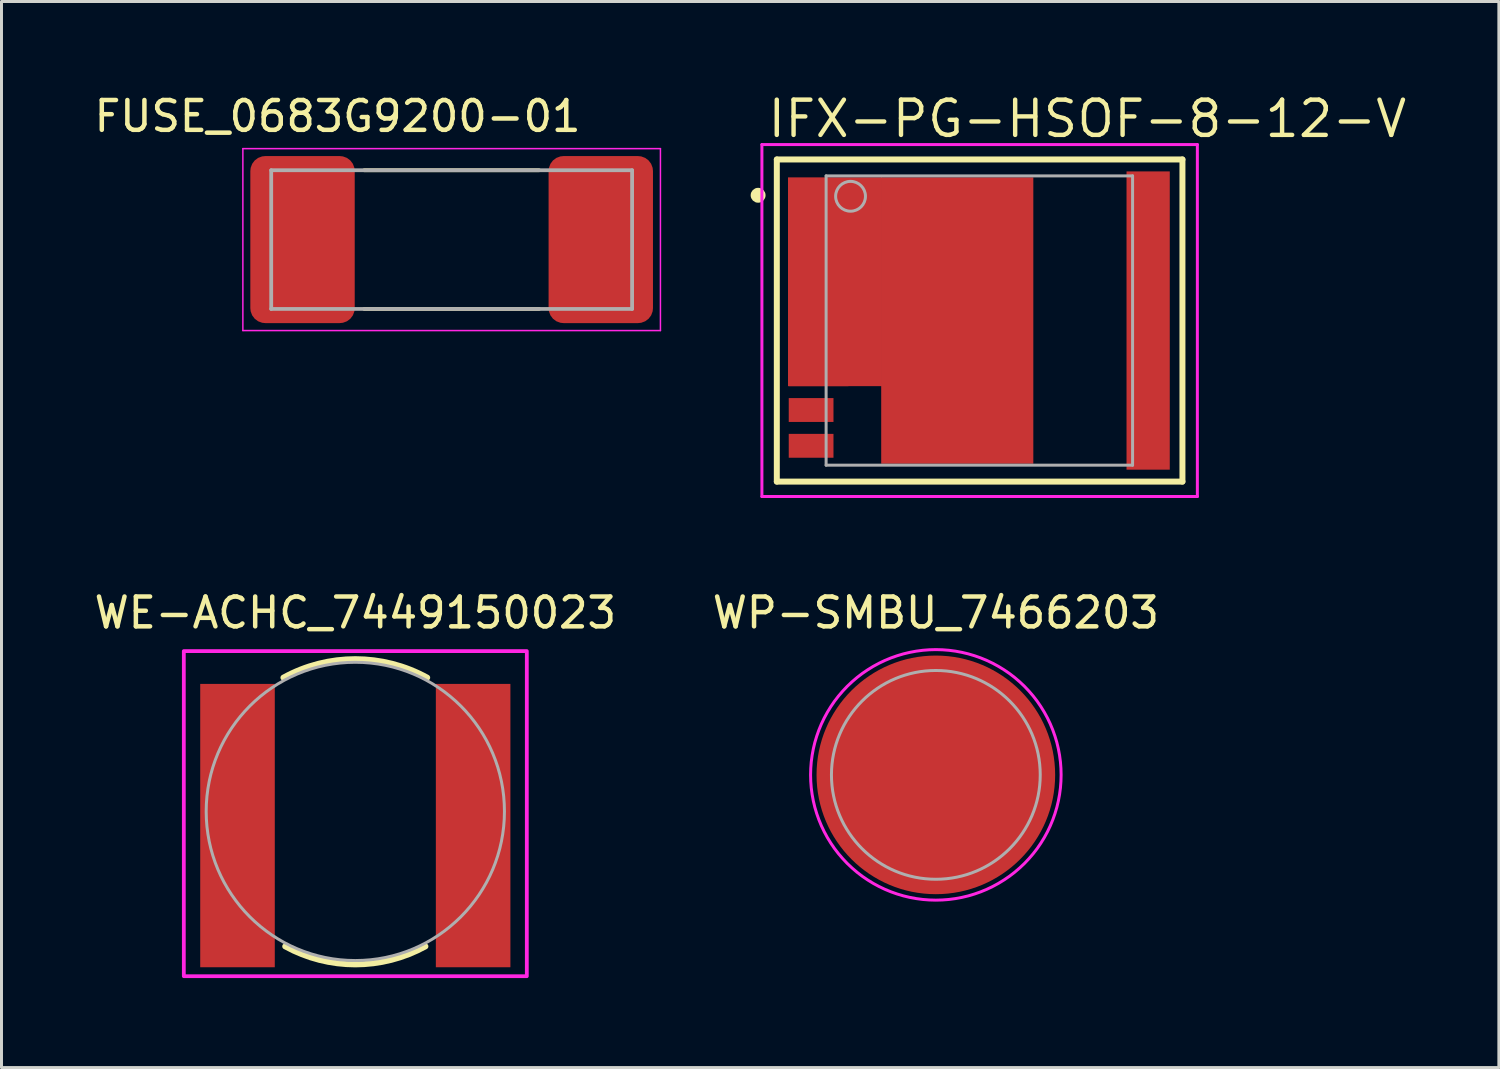
<source format=kicad_pcb>
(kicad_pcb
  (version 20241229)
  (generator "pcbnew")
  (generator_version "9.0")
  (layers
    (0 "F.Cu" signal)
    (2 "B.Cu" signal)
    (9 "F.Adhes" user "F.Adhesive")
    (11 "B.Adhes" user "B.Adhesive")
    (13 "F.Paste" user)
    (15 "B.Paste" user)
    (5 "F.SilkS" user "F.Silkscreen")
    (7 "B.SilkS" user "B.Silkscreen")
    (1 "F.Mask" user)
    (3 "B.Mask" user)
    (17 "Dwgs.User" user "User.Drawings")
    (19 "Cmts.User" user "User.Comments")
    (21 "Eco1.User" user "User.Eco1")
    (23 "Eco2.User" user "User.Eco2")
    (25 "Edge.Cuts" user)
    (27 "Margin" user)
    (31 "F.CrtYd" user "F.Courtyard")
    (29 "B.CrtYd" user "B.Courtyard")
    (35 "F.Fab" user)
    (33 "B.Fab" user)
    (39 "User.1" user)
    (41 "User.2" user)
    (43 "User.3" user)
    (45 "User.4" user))
  (footprint "FUSE_0683G9200-01"
    (layer "F.Cu")
    (at 12.093 4.983)
    (property "Reference" "FUSE_0683G9200-01" (at -3.825 -4.135 0) (layer "F.SilkS") (effects (font (size 1 1) (thickness 0.15))))
    (attr smd)
    (fp_line (start -2.93 -2.325) (end 2.93 -2.325) (stroke (width 0.127) (type solid)) (layer "F.SilkS"))
    (fp_line (start -2.93 2.325) (end 2.93 2.325) (stroke (width 0.127) (type solid)) (layer "F.SilkS"))
    (fp_line (start -7 -3.05) (end -7 3.05) (stroke (width 0.05) (type solid)) (layer "F.CrtYd"))
    (fp_line (start -7 3.05) (end 7 3.05) (stroke (width 0.05) (type solid)) (layer "F.CrtYd"))
    (fp_line (start 7 -3.05) (end -7 -3.05) (stroke (width 0.05) (type solid)) (layer "F.CrtYd"))
    (fp_line (start 7 3.05) (end 7 -3.05) (stroke (width 0.05) (type solid)) (layer "F.CrtYd"))
    (fp_line (start -6.05 -2.325) (end 6.05 -2.325) (stroke (width 0.127) (type solid)) (layer "F.Fab"))
    (fp_line (start -6.05 2.325) (end -6.05 -2.325) (stroke (width 0.127) (type solid)) (layer "F.Fab"))
    (fp_line (start 6.05 -2.325) (end 6.05 2.325) (stroke (width 0.127) (type solid)) (layer "F.Fab"))
    (fp_line (start 6.05 2.325) (end -6.05 2.325) (stroke (width 0.127) (type solid)) (layer "F.Fab"))
    (pad "1" smd roundrect (at -5 0) (size 3.5 5.6) (layers "F.Cu" "F.Mask" "F.Paste") (roundrect_rratio 0.143))
    (pad "2" smd roundrect (at 5 0) (size 3.5 5.6) (layers "F.Cu" "F.Mask" "F.Paste") (roundrect_rratio 0.143)))
  (footprint "WE-ACHC_7449150023"
    (layer "F.Cu")
    (at 8.863 24.63)
    (property "Reference" "WE-ACHC_7449150023" (at 0 -7.135 0) (layer "F.SilkS") (effects (font (size 1 1) (thickness 0.15))))
    (attr smd)
    (fp_arc (start -2.41 -4.96) (mid 0 -5.579249) (end 2.41 -4.96) (stroke (width 0.2) (type solid)) (layer "F.SilkS"))
    (fp_arc (start 2.35 4.05) (mid 0 4.653832) (end -2.35 4.05) (stroke (width 0.2) (type solid)) (layer "F.SilkS"))
    (fp_poly (pts (xy -5.75 -5.85) (xy 5.75 -5.85) (xy 5.75 5.05) (xy -5.75 5.05)) (stroke (width 0.127) (type solid)) (fill no) (layer "F.CrtYd"))
    (fp_circle (center 0 -0.475) (end 5 -0.475) (stroke (width 0.1) (type solid)) (fill no) (layer "F.Fab"))
    (pad "1" smd rect (at -3.95 0) (size 2.5 9.5) (layers "F.Cu" "F.Mask" "F.Paste"))
    (pad "2" smd rect (at 3.95 0) (size 2.5 9.5) (layers "F.Cu" "F.Mask" "F.Paste")))
  (footprint "IFX-PG-HSOF-8-12-V"
    (layer "F.Cu")
    (at 29.795 7.697)
    (property "Reference" "IFX-PG-HSOF-8-12-V" (at -7.18 -6.072 0) (unlocked yes) (layer "F.SilkS") (effects (font (size 1.182 1.182) (thickness 0.148)) (justify left bottom)))
    (attr smd)
    (fp_poly (pts (xy 1.8 4.8) (xy -3.25 4.8) (xy -3.25 2.2) (xy -6.4 2.2) (xy -6.4 -4.8) (xy 1.8 -4.8)) (stroke (width 0) (type default)) (fill yes) (layer "F.Mask"))
    (fp_line (start -6.8 -5.4) (end 6.8 -5.4) (stroke (width 0.2) (type solid)) (layer "F.SilkS"))
    (fp_line (start -6.8 5.4) (end -6.8 -5.4) (stroke (width 0.2) (type solid)) (layer "F.SilkS"))
    (fp_line (start -6.8 5.4) (end 6.8 5.4) (stroke (width 0.2) (type solid)) (layer "F.SilkS"))
    (fp_line (start 6.8 5.4) (end 6.8 -5.4) (stroke (width 0.2) (type solid)) (layer "F.SilkS"))
    (fp_circle (center -7.427 -4.2) (end -7.302 -4.2) (stroke (width 0.25) (type solid)) (fill no) (layer "F.SilkS"))
    (fp_poly (pts (xy -6.35 3.35) (xy -4.95 3.35) (xy -4.95 2.65) (xy -6.35 2.65)) (stroke (width 0) (type default)) (fill yes) (layer "F.Paste"))
    (fp_poly (pts (xy -6.35 4.55) (xy -4.95 4.55) (xy -4.95 3.85) (xy -6.35 3.85)) (stroke (width 0) (type default)) (fill yes) (layer "F.Paste"))
    (fp_poly (pts (xy -4.55 -3.85) (xy -6.35 -3.85) (xy -6.35 -4.55) (xy -4.55 -4.55)) (stroke (width 0) (type default)) (fill yes) (layer "F.Paste"))
    (fp_poly (pts (xy -4.55 -2.65) (xy -6.35 -2.65) (xy -6.35 -3.35) (xy -4.55 -3.35)) (stroke (width 0) (type default)) (fill yes) (layer "F.Paste"))
    (fp_poly (pts (xy -4.55 -1.45) (xy -6.35 -1.45) (xy -6.35 -2.15) (xy -4.55 -2.15)) (stroke (width 0) (type default)) (fill yes) (layer "F.Paste"))
    (fp_poly (pts (xy -4.55 -0.25) (xy -6.35 -0.25) (xy -6.35 -0.95) (xy -4.55 -0.95)) (stroke (width 0) (type default)) (fill yes) (layer "F.Paste"))
    (fp_poly (pts (xy -4.55 0.95) (xy -6.35 0.95) (xy -6.35 0.25) (xy -4.55 0.25)) (stroke (width 0) (type default)) (fill yes) (layer "F.Paste"))
    (fp_poly (pts (xy -4.55 2.15) (xy -6.35 2.15) (xy -6.35 1.45) (xy -4.55 1.45)) (stroke (width 0) (type default)) (fill yes) (layer "F.Paste"))
    (fp_poly (pts (xy -3.15 -0.2) (xy -3.95 -0.2) (xy -3.95 -4.3) (xy -3.15 -4.3)) (stroke (width 0) (type default)) (fill yes) (layer "F.Paste"))
    (fp_poly (pts (xy -3.15 2.1) (xy -3.95 2.1) (xy -3.95 0.2) (xy -3.15 0.2)) (stroke (width 0) (type default)) (fill yes) (layer "F.Paste"))
    (fp_poly (pts (xy -1.95 -0.2) (xy -2.75 -0.2) (xy -2.75 -4.3) (xy -1.95 -4.3)) (stroke (width 0) (type default)) (fill yes) (layer "F.Paste"))
    (fp_poly (pts (xy -1.95 4.3) (xy -2.75 4.3) (xy -2.75 0.2) (xy -1.95 0.2)) (stroke (width 0) (type default)) (fill yes) (layer "F.Paste"))
    (fp_poly (pts (xy -0.75 -0.2) (xy -1.55 -0.2) (xy -1.55 -4.3) (xy -0.75 -4.3)) (stroke (width 0) (type default)) (fill yes) (layer "F.Paste"))
    (fp_poly (pts (xy -0.75 4.3) (xy -1.55 4.3) (xy -1.55 0.2) (xy -0.75 0.2)) (stroke (width 0) (type default)) (fill yes) (layer "F.Paste"))
    (fp_poly (pts (xy 0.45 -0.2) (xy -0.35 -0.2) (xy -0.35 -4.7) (xy 0.45 -4.7)) (stroke (width 0) (type default)) (fill yes) (layer "F.Paste"))
    (fp_poly (pts (xy 0.45 4.7) (xy -0.35 4.7) (xy -0.35 0.2) (xy 0.45 0.2)) (stroke (width 0) (type default)) (fill yes) (layer "F.Paste"))
    (fp_poly (pts (xy 1.65 -0.2) (xy 0.85 -0.2) (xy 0.85 -4.7) (xy 1.65 -4.7)) (stroke (width 0) (type default)) (fill yes) (layer "F.Paste"))
    (fp_poly (pts (xy 1.65 4.7) (xy 0.85 4.7) (xy 0.85 0.2) (xy 1.65 0.2)) (stroke (width 0) (type default)) (fill yes) (layer "F.Paste"))
    (fp_poly (pts (xy 6.325 -3.25) (xy 4.975 -3.25) (xy 4.975 -4.75) (xy 6.325 -4.75)) (stroke (width 0) (type default)) (fill yes) (layer "F.Paste"))
    (fp_poly (pts (xy 6.325 -1.25) (xy 4.975 -1.25) (xy 4.975 -2.75) (xy 6.325 -2.75)) (stroke (width 0) (type default)) (fill yes) (layer "F.Paste"))
    (fp_poly (pts (xy 6.325 0.75) (xy 4.975 0.75) (xy 4.975 -0.75) (xy 6.325 -0.75)) (stroke (width 0) (type default)) (fill yes) (layer "F.Paste"))
    (fp_poly (pts (xy 6.325 2.75) (xy 4.975 2.75) (xy 4.975 1.25) (xy 6.325 1.25)) (stroke (width 0) (type default)) (fill yes) (layer "F.Paste"))
    (fp_poly (pts (xy 6.325 4.75) (xy 4.975 4.75) (xy 4.975 3.25) (xy 6.325 3.25)) (stroke (width 0) (type default)) (fill yes) (layer "F.Paste"))
    (fp_line (start -7.3 -5.9) (end 7.3 -5.9) (stroke (width 0.1) (type solid)) (layer "F.CrtYd"))
    (fp_line (start -7.3 5.9) (end -7.3 -5.9) (stroke (width 0.1) (type solid)) (layer "F.CrtYd"))
    (fp_line (start -7.3 5.9) (end 7.3 5.9) (stroke (width 0.1) (type solid)) (layer "F.CrtYd"))
    (fp_line (start 7.3 5.9) (end 7.3 -5.9) (stroke (width 0.1) (type solid)) (layer "F.CrtYd"))
    (fp_line (start -5.147 -4.85) (end 5.128 -4.85) (stroke (width 0.1) (type solid)) (layer "F.Fab"))
    (fp_line (start -5.147 4.85) (end -5.147 -4.85) (stroke (width 0.1) (type solid)) (layer "F.Fab"))
    (fp_line (start -5.147 4.85) (end 5.128 4.85) (stroke (width 0.1) (type solid)) (layer "F.Fab"))
    (fp_line (start 5.128 4.85) (end 5.128 -4.85) (stroke (width 0.1) (type solid)) (layer "F.Fab"))
    (fp_circle (center -4.328 -4.166) (end -3.828 -4.166) (stroke (width 0.1) (type solid)) (fill no) (layer "F.Fab"))
    (pad "1" smd rect (at -5.4 -4.2) (size 2 0.8) (layers "F.Cu" "F.Mask"))
    (pad "1" smd custom (at -4.85 -1.3) (size 3.15 7) (property pad_prop_heatsink) (layers "F.Cu" "F.Mask") (options (anchor rect)) (primitives))
    (pad "1" smd custom (at -0.75 -0.000004) (size 5.1 9.6) (property pad_prop_heatsink) (layers "F.Cu" "F.Mask") (options (anchor rect)) (primitives))
    (pad "2" smd rect (at -5.4 -3) (size 2 0.8) (layers "F.Cu" "F.Mask"))
    (pad "3" smd rect (at -5.4 -1.8) (size 2 0.8) (layers "F.Cu" "F.Mask"))
    (pad "4" smd rect (at -5.4 -0.6) (size 2 0.8) (layers "F.Cu" "F.Mask"))
    (pad "5" smd rect (at -5.4 0.6) (size 2 0.8) (layers "F.Cu" "F.Mask"))
    (pad "6" smd rect (at -5.4 1.8) (size 2 0.8) (layers "F.Cu" "F.Mask"))
    (pad "7" smd rect (at -5.65 3) (size 1.5 0.8) (layers "F.Cu" "F.Mask"))
    (pad "8" smd rect (at -5.65 4.2) (size 1.5 0.8) (layers "F.Cu" "F.Mask"))
    (pad "9" smd rect (at 5.65 -0.000003) (size 1.45 10) (layers "F.Cu" "F.Mask")))
  (footprint "WP-SMBU_7466203"
    (layer "F.Cu")
    (at 28.327 22.93)
    (property "Reference" "WP-SMBU_7466203" (at 0 -5.435 0) (layer "F.SilkS") (effects (font (size 1 1) (thickness 0.15))))
    (attr smd)
    (fp_poly (pts (xy -0.5 -0.5) (xy -0.5 -3.87) (xy -0.57 -3.86) (xy -0.74 -3.83) (xy -0.86 -3.805) (xy -0.945 -3.785) (xy -1 -3.77) (xy -1.095 -3.745) (xy -1.255 -3.695) (xy -1.31 -3.675) (xy -1.38 -3.65) (xy -1.55 -3.58) (xy -1.61 -3.555) (xy -1.67 -3.525) (xy -1.745 -3.49) (xy -1.84 -3.44) (xy -1.915 -3.4) (xy -1.98 -3.36) (xy -2.065 -3.31) (xy -2.135 -3.265) (xy -2.235 -3.195) (xy -2.3 -3.15) (xy -2.355 -3.11) (xy -2.43 -3.05) (xy -2.49 -3) (xy -2.535 -2.965) (xy -2.59 -2.915) (xy -2.65 -2.86) (xy -2.73 -2.785) (xy -2.81 -2.705) (xy -2.875 -2.635) (xy -2.955 -2.545) (xy -3.035 -2.45) (xy -3.105 -2.36) (xy -3.16 -2.285) (xy -3.235 -2.18) (xy -3.275 -2.12) (xy -3.35 -2) (xy -3.43 -1.86) (xy -3.535 -1.65) (xy -3.59 -1.525) (xy -3.635 -1.415) (xy -3.685 -1.28) (xy -3.725 -1.16) (xy -3.765 -1.025) (xy -3.795 -0.905) (xy -3.82 -0.795) (xy -3.835 -0.715) (xy -3.85 -0.63) (xy -3.865 -0.54) (xy -3.87 -0.5)) (stroke (width 0.01) (type solid)) (fill yes) (layer "F.Paste"))
    (fp_poly (pts (xy -0.5 0.5) (xy -3.87 0.5) (xy -3.86 0.57) (xy -3.83 0.74) (xy -3.805 0.86) (xy -3.785 0.945) (xy -3.77 1) (xy -3.745 1.095) (xy -3.695 1.255) (xy -3.675 1.31) (xy -3.65 1.38) (xy -3.58 1.55) (xy -3.555 1.61) (xy -3.525 1.67) (xy -3.49 1.745) (xy -3.44 1.84) (xy -3.4 1.915) (xy -3.36 1.98) (xy -3.31 2.065) (xy -3.265 2.135) (xy -3.195 2.235) (xy -3.15 2.3) (xy -3.11 2.355) (xy -3.05 2.43) (xy -3 2.49) (xy -2.965 2.535) (xy -2.915 2.59) (xy -2.86 2.65) (xy -2.785 2.73) (xy -2.705 2.81) (xy -2.635 2.875) (xy -2.545 2.955) (xy -2.45 3.035) (xy -2.36 3.105) (xy -2.285 3.16) (xy -2.18 3.235) (xy -2.12 3.275) (xy -2 3.35) (xy -1.86 3.43) (xy -1.65 3.535) (xy -1.525 3.59) (xy -1.415 3.635) (xy -1.28 3.685) (xy -1.16 3.725) (xy -1.025 3.765) (xy -0.905 3.795) (xy -0.795 3.82) (xy -0.715 3.835) (xy -0.63 3.85) (xy -0.54 3.865) (xy -0.5 3.87)) (stroke (width 0.01) (type solid)) (fill yes) (layer "F.Paste"))
    (fp_poly (pts (xy 0.5 -0.5) (xy 3.87 -0.5) (xy 3.86 -0.57) (xy 3.83 -0.74) (xy 3.805 -0.86) (xy 3.785 -0.945) (xy 3.77 -1) (xy 3.745 -1.095) (xy 3.695 -1.255) (xy 3.675 -1.31) (xy 3.65 -1.38) (xy 3.58 -1.55) (xy 3.555 -1.61) (xy 3.525 -1.67) (xy 3.49 -1.745) (xy 3.44 -1.84) (xy 3.4 -1.915) (xy 3.36 -1.98) (xy 3.31 -2.065) (xy 3.265 -2.135) (xy 3.195 -2.235) (xy 3.15 -2.3) (xy 3.11 -2.355) (xy 3.05 -2.43) (xy 3 -2.49) (xy 2.965 -2.535) (xy 2.915 -2.59) (xy 2.86 -2.65) (xy 2.785 -2.73) (xy 2.705 -2.81) (xy 2.635 -2.875) (xy 2.545 -2.955) (xy 2.45 -3.035) (xy 2.36 -3.105) (xy 2.285 -3.16) (xy 2.18 -3.235) (xy 2.12 -3.275) (xy 2 -3.35) (xy 1.86 -3.43) (xy 1.65 -3.535) (xy 1.525 -3.59) (xy 1.415 -3.635) (xy 1.28 -3.685) (xy 1.16 -3.725) (xy 1.025 -3.765) (xy 0.905 -3.795) (xy 0.795 -3.82) (xy 0.715 -3.835) (xy 0.63 -3.85) (xy 0.54 -3.865) (xy 0.5 -3.87)) (stroke (width 0.01) (type solid)) (fill yes) (layer "F.Paste"))
    (fp_poly (pts (xy 0.5 0.5) (xy 0.5 3.87) (xy 0.57 3.86) (xy 0.74 3.83) (xy 0.86 3.805) (xy 0.945 3.785) (xy 1 3.77) (xy 1.095 3.745) (xy 1.255 3.695) (xy 1.31 3.675) (xy 1.38 3.65) (xy 1.55 3.58) (xy 1.61 3.555) (xy 1.67 3.525) (xy 1.745 3.49) (xy 1.84 3.44) (xy 1.915 3.4) (xy 1.98 3.36) (xy 2.065 3.31) (xy 2.135 3.265) (xy 2.235 3.195) (xy 2.3 3.15) (xy 2.355 3.11) (xy 2.43 3.05) (xy 2.49 3) (xy 2.535 2.965) (xy 2.59 2.915) (xy 2.65 2.86) (xy 2.73 2.785) (xy 2.81 2.705) (xy 2.875 2.635) (xy 2.955 2.545) (xy 3.035 2.45) (xy 3.105 2.36) (xy 3.16 2.285) (xy 3.235 2.18) (xy 3.275 2.12) (xy 3.35 2) (xy 3.43 1.86) (xy 3.535 1.65) (xy 3.59 1.525) (xy 3.635 1.415) (xy 3.685 1.28) (xy 3.725 1.16) (xy 3.765 1.025) (xy 3.795 0.905) (xy 3.82 0.795) (xy 3.835 0.715) (xy 3.85 0.63) (xy 3.865 0.54) (xy 3.87 0.5)) (stroke (width 0.01) (type solid)) (fill yes) (layer "F.Paste"))
    (fp_poly (pts (xy 0 -4.2) (xy 0.22 -4.194) (xy 0.439 -4.177) (xy 0.657 -4.148) (xy 0.873 -4.108) (xy 1.087 -4.057) (xy 1.298 -3.994) (xy 1.505 -3.921) (xy 1.708 -3.837) (xy 1.907 -3.742) (xy 2.1 -3.637) (xy 2.287 -3.522) (xy 2.469 -3.398) (xy 2.643 -3.264) (xy 2.81 -3.121) (xy 2.97 -2.97) (xy 3.121 -2.81) (xy 3.264 -2.643) (xy 3.398 -2.469) (xy 3.522 -2.287) (xy 3.637 -2.1) (xy 3.742 -1.907) (xy 3.837 -1.708) (xy 3.921 -1.505) (xy 3.994 -1.298) (xy 4.057 -1.087) (xy 4.108 -0.873) (xy 4.148 -0.657) (xy 4.177 -0.439) (xy 4.194 -0.22) (xy 4.2 0) (xy 4.194 0.22) (xy 4.177 0.439) (xy 4.148 0.657) (xy 4.108 0.873) (xy 4.057 1.087) (xy 3.994 1.298) (xy 3.921 1.505) (xy 3.837 1.708) (xy 3.742 1.907) (xy 3.637 2.1) (xy 3.522 2.287) (xy 3.398 2.469) (xy 3.264 2.643) (xy 3.121 2.81) (xy 2.97 2.97) (xy 2.81 3.121) (xy 2.643 3.264) (xy 2.469 3.398) (xy 2.287 3.522) (xy 2.1 3.637) (xy 1.907 3.742) (xy 1.708 3.837) (xy 1.505 3.921) (xy 1.298 3.994) (xy 1.087 4.057) (xy 0.873 4.108) (xy 0.657 4.148) (xy 0.439 4.177) (xy 0.22 4.194) (xy 0 4.2) (xy -0.22 4.194) (xy -0.439 4.177) (xy -0.657 4.148) (xy -0.873 4.108) (xy -1.087 4.057) (xy -1.298 3.994) (xy -1.505 3.921) (xy -1.708 3.837) (xy -1.907 3.742) (xy -2.1 3.637) (xy -2.287 3.522) (xy -2.469 3.398) (xy -2.643 3.264) (xy -2.81 3.121) (xy -2.97 2.97) (xy -3.121 2.81) (xy -3.264 2.643) (xy -3.398 2.469) (xy -3.522 2.287) (xy -3.637 2.1) (xy -3.742 1.907) (xy -3.837 1.708) (xy -3.921 1.505) (xy -3.994 1.298) (xy -4.057 1.087) (xy -4.108 0.873) (xy -4.148 0.657) (xy -4.177 0.439) (xy -4.194 0.22) (xy -4.2 0) (xy -4.194 -0.22) (xy -4.177 -0.439) (xy -4.148 -0.657) (xy -4.108 -0.873) (xy -4.057 -1.087) (xy -3.994 -1.298) (xy -3.921 -1.505) (xy -3.837 -1.708) (xy -3.742 -1.907) (xy -3.637 -2.1) (xy -3.522 -2.287) (xy -3.398 -2.469) (xy -3.264 -2.643) (xy -3.121 -2.81) (xy -2.97 -2.97) (xy -2.81 -3.121) (xy -2.643 -3.264) (xy -2.469 -3.398) (xy -2.287 -3.522) (xy -2.1 -3.637) (xy -1.907 -3.742) (xy -1.708 -3.837) (xy -1.505 -3.921) (xy -1.298 -3.994) (xy -1.087 -4.057) (xy -0.873 -4.108) (xy -0.657 -4.148) (xy -0.439 -4.177) (xy -0.22 -4.194) (xy 0 -4.2)) (stroke (width 0.1) (type solid)) (fill no) (layer "F.CrtYd"))
    (fp_circle (center 0 0) (end 3.5 0) (stroke (width 0.1) (type solid)) (fill no) (layer "F.Fab"))
    (pad "1" smd circle (at 0 0) (size 8 8) (layers "F.Cu" "F.Mask")))
  (gr_rect
    (start -3 -3)
    (end 47.204 32.744)
    (stroke (width 0.1) (type default))
    (fill no)
    (layer "Edge.Cuts")))
</source>
